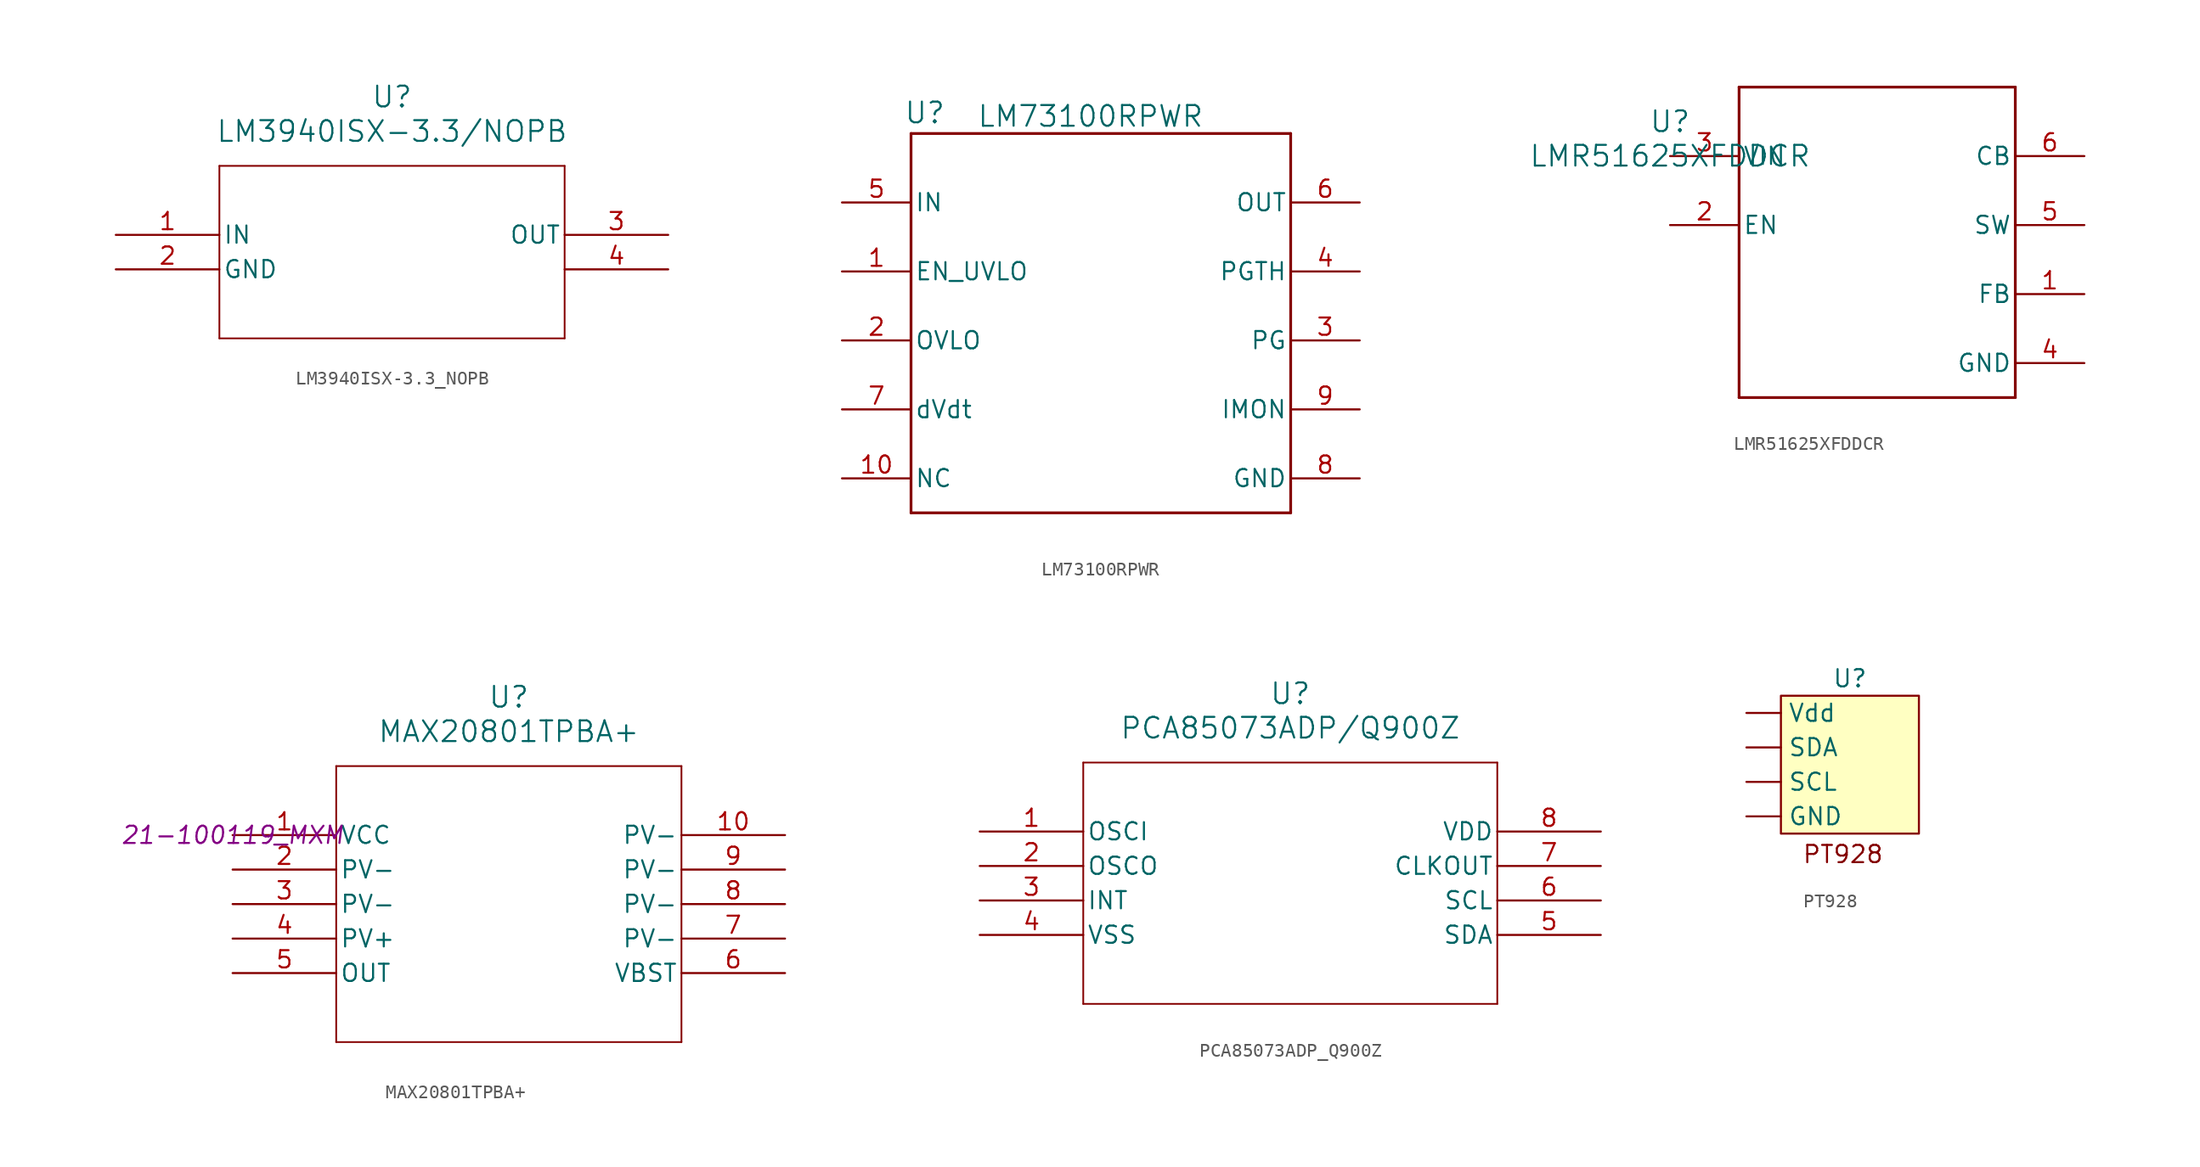
<source format=kicad_sym>
(kicad_symbol_lib
  (version 20231120)
  (generator "kicad_symbol_editor")
  (generator_version "8.0")
  (symbol "LM3940ISX-3.3_NOPB"
    (pin_names
      (offset 0.254))
    (property "Reference" "U"
      (at 20.32 10.16 0)
      (effects (font (size 1.524 1.524))))
    (property "Value" "LM3940ISX-3.3/NOPB"
      (at 20.32 7.62 0)
      (effects (font (size 1.524 1.524))))
    (property "ki_locked" ""
      (at 0 0 0)
      (effects (font (size 1.27 1.27))))
    (symbol "LM3940ISX-3.3_NOPB_0_1"
      (polyline (pts (xy 7.62 -7.62) (xy 33.02 -7.62)) (stroke (width 0.127) (type default)) (fill (type none)))
      (polyline (pts (xy 7.62 5.08) (xy 7.62 -7.62)) (stroke (width 0.127) (type default)) (fill (type none)))
      (polyline (pts (xy 33.02 -7.62) (xy 33.02 5.08)) (stroke (width 0.127) (type default)) (fill (type none)))
      (polyline (pts (xy 33.02 5.08) (xy 7.62 5.08)) (stroke (width 0.127) (type default)) (fill (type none)))
      (pin input line (at 0 0 0) (length 7.62) (name "IN" (effects (font (size 1.27 1.27)))) (number "1" (effects (font (size 1.27 1.27)))))
      (pin passive line (at 0 -2.54 0) (length 7.62) (name "GND" (effects (font (size 1.27 1.27)))) (number "2" (effects (font (size 1.27 1.27)))))
      (pin output line (at 40.64 0 180) (length 7.62) (name "OUT" (effects (font (size 1.27 1.27)))) (number "3" (effects (font (size 1.27 1.27)))))
      (pin unspecified line (at 40.64 -2.54 180) (length 7.62) (name "" (effects (font (size 1.27 1.27)))) (number "4" (effects (font (size 1.27 1.27)))))))
  (symbol "LM73100RPWR"
    (pin_names
      (offset 0.254))
    (property "Reference" "U"
      (at 6.096 6.604 0)
      (effects (font (size 1.524 1.524))))
    (property "Value" "LM73100RPWR"
      (at 18.288 6.35 0)
      (effects (font (size 1.524 1.524))))
    (property "ki_locked" ""
      (at 0 0 0)
      (effects (font (size 1.27 1.27))))
    (symbol "LM73100RPWR_0_1"
      (polyline (pts (xy 5.08 -22.86) (xy 33.02 -22.86)) (stroke (width 0.203) (type default)) (fill (type none)))
      (polyline (pts (xy 5.08 5.08) (xy 5.08 -22.86)) (stroke (width 0.203) (type default)) (fill (type none)))
      (polyline (pts (xy 33.02 -22.86) (xy 33.02 5.08)) (stroke (width 0.203) (type default)) (fill (type none)))
      (polyline (pts (xy 33.02 5.08) (xy 5.08 5.08)) (stroke (width 0.203) (type default)) (fill (type none)))
      (pin input line (at 0 -5.08 0) (length 5.08) (name "EN_UVLO" (effects (font (size 1.27 1.27)))) (number "1" (effects (font (size 1.27 1.27)))))
      (pin unspecified line (at 0 -20.32 0) (length 5.08) (name "NC" (effects (font (size 1.27 1.27)))) (number "10" (effects (font (size 1.27 1.27)))))
      (pin input line (at 0 -10.16 0) (length 5.08) (name "OVLO" (effects (font (size 1.27 1.27)))) (number "2" (effects (font (size 1.27 1.27)))))
      (pin output line (at 38.1 -10.16 180) (length 5.08) (name "PG" (effects (font (size 1.27 1.27)))) (number "3" (effects (font (size 1.27 1.27)))))
      (pin input line (at 38.1 -5.08 180) (length 5.08) (name "PGTH" (effects (font (size 1.27 1.27)))) (number "4" (effects (font (size 1.27 1.27)))))
      (pin power_in line (at 0 0 0) (length 5.08) (name "IN" (effects (font (size 1.27 1.27)))) (number "5" (effects (font (size 1.27 1.27)))))
      (pin power_in line (at 38.1 0 180) (length 5.08) (name "OUT" (effects (font (size 1.27 1.27)))) (number "6" (effects (font (size 1.27 1.27)))))
      (pin output line (at 0 -15.24 0) (length 5.08) (name "dVdt" (effects (font (size 1.27 1.27)))) (number "7" (effects (font (size 1.27 1.27)))))
      (pin power_in line (at 38.1 -20.32 180) (length 5.08) (name "GND" (effects (font (size 1.27 1.27)))) (number "8" (effects (font (size 1.27 1.27)))))
      (pin output line (at 38.1 -15.24 180) (length 5.08) (name "IMON" (effects (font (size 1.27 1.27)))) (number "9" (effects (font (size 1.27 1.27)))))))
  (symbol "LMR51625XFDDCR"
    (pin_names
      (offset 0.254))
    (property "Reference" "U"
      (at 0 2.54 0)
      (effects (font (size 1.524 1.524))))
    (property "Value" "LMR51625XFDDCR"
      (at 0 0 0)
      (effects (font (size 1.524 1.524))))
    (symbol "LMR51625XFDDCR_0_1"
      (polyline (pts (xy 5.08 -17.78) (xy 25.4 -17.78)) (stroke (width 0.203) (type default)) (fill (type none)))
      (polyline (pts (xy 5.08 5.08) (xy 5.08 -17.78)) (stroke (width 0.203) (type default)) (fill (type none)))
      (polyline (pts (xy 25.4 -17.78) (xy 25.4 5.08)) (stroke (width 0.203) (type default)) (fill (type none)))
      (polyline (pts (xy 25.4 5.08) (xy 5.08 5.08)) (stroke (width 0.203) (type default)) (fill (type none)))
      (pin unspecified line (at 30.48 -10.16 180) (length 5.08) (name "FB" (effects (font (size 1.27 1.27)))) (number "1" (effects (font (size 1.27 1.27)))))
      (pin input line (at 0 -5.08 0) (length 5.08) (name "EN" (effects (font (size 1.27 1.27)))) (number "2" (effects (font (size 1.27 1.27)))))
      (pin power_in line (at 0 0 0) (length 5.08) (name "VIN" (effects (font (size 1.27 1.27)))) (number "3" (effects (font (size 1.27 1.27)))))
      (pin power_in line (at 30.48 -15.24 180) (length 5.08) (name "GND" (effects (font (size 1.27 1.27)))) (number "4" (effects (font (size 1.27 1.27)))))
      (pin unspecified line (at 30.48 -5.08 180) (length 5.08) (name "SW" (effects (font (size 1.27 1.27)))) (number "5" (effects (font (size 1.27 1.27)))))
      (pin unspecified line (at 30.48 0 180) (length 5.08) (name "CB" (effects (font (size 1.27 1.27)))) (number "6" (effects (font (size 1.27 1.27)))))))
  (symbol "MAX20801TPBA+"
    (pin_names
      (offset 0.254))
    (property "Reference" "U"
      (at 20.32 10.16 0)
      (effects (font (size 1.524 1.524))))
    (property "Value" "MAX20801TPBA+"
      (at 20.32 7.62 0)
      (effects (font (size 1.524 1.524))))
    (property "Footprint" "21-100119_MXM"
      (at 0 0 0)
      (effects (font (size 1.27 1.27) (italic yes))))
    (symbol "MAX20801TPBA+_1_1"
      (polyline (pts (xy 7.62 -15.24) (xy 33.02 -15.24)) (stroke (width 0.127) (type default)) (fill (type none)))
      (polyline (pts (xy 7.62 5.08) (xy 7.62 -15.24)) (stroke (width 0.127) (type default)) (fill (type none)))
      (polyline (pts (xy 33.02 -15.24) (xy 33.02 5.08)) (stroke (width 0.127) (type default)) (fill (type none)))
      (polyline (pts (xy 33.02 5.08) (xy 7.62 5.08)) (stroke (width 0.127) (type default)) (fill (type none)))
      (pin power_in line (at 0 0 0) (length 7.62) (name "VCC" (effects (font (size 1.27 1.27)))) (number "1" (effects (font (size 1.27 1.27)))))
      (pin input line (at 40.64 0 180) (length 7.62) (name "PV-" (effects (font (size 1.27 1.27)))) (number "10" (effects (font (size 1.27 1.27)))))
      (pin input line (at 0 -2.54 0) (length 7.62) (name "PV-" (effects (font (size 1.27 1.27)))) (number "2" (effects (font (size 1.27 1.27)))))
      (pin input line (at 0 -5.08 0) (length 7.62) (name "PV-" (effects (font (size 1.27 1.27)))) (number "3" (effects (font (size 1.27 1.27)))))
      (pin input line (at 0 -7.62 0) (length 7.62) (name "PV+" (effects (font (size 1.27 1.27)))) (number "4" (effects (font (size 1.27 1.27)))))
      (pin output line (at 0 -10.16 0) (length 7.62) (name "OUT" (effects (font (size 1.27 1.27)))) (number "5" (effects (font (size 1.27 1.27)))))
      (pin power_in line (at 40.64 -10.16 180) (length 7.62) (name "VBST" (effects (font (size 1.27 1.27)))) (number "6" (effects (font (size 1.27 1.27)))))
      (pin input line (at 40.64 -7.62 180) (length 7.62) (name "PV-" (effects (font (size 1.27 1.27)))) (number "7" (effects (font (size 1.27 1.27)))))
      (pin input line (at 40.64 -5.08 180) (length 7.62) (name "PV-" (effects (font (size 1.27 1.27)))) (number "8" (effects (font (size 1.27 1.27)))))
      (pin input line (at 40.64 -2.54 180) (length 7.62) (name "PV-" (effects (font (size 1.27 1.27)))) (number "9" (effects (font (size 1.27 1.27)))))))
  (symbol "PCA85073ADP_Q900Z"
    (pin_names
      (offset 0.254))
    (property "Reference" "U"
      (at 22.86 10.16 0)
      (effects (font (size 1.524 1.524))))
    (property "Value" "PCA85073ADP/Q900Z"
      (at 22.86 7.62 0)
      (effects (font (size 1.524 1.524))))
    (property "ki_locked" ""
      (at 0 0 0)
      (effects (font (size 1.27 1.27))))
    (symbol "PCA85073ADP_Q900Z_0_1"
      (polyline (pts (xy 7.62 -12.7) (xy 38.1 -12.7)) (stroke (width 0.127) (type default)) (fill (type none)))
      (polyline (pts (xy 7.62 5.08) (xy 7.62 -12.7)) (stroke (width 0.127) (type default)) (fill (type none)))
      (polyline (pts (xy 38.1 -12.7) (xy 38.1 5.08)) (stroke (width 0.127) (type default)) (fill (type none)))
      (polyline (pts (xy 38.1 5.08) (xy 7.62 5.08)) (stroke (width 0.127) (type default)) (fill (type none)))
      (pin unspecified line (at 0 0 0) (length 7.62) (name "OSCI" (effects (font (size 1.27 1.27)))) (number "1" (effects (font (size 1.27 1.27)))))
      (pin unspecified line (at 0 -2.54 0) (length 7.62) (name "OSCO" (effects (font (size 1.27 1.27)))) (number "2" (effects (font (size 1.27 1.27)))))
      (pin input line (at 0 -5.08 0) (length 7.62) (name "INT" (effects (font (size 1.27 1.27)))) (number "3" (effects (font (size 1.27 1.27)))))
      (pin power_out line (at 0 -7.62 0) (length 7.62) (name "VSS" (effects (font (size 1.27 1.27)))) (number "4" (effects (font (size 1.27 1.27)))))
      (pin unspecified line (at 45.72 -7.62 180) (length 7.62) (name "SDA" (effects (font (size 1.27 1.27)))) (number "5" (effects (font (size 1.27 1.27)))))
      (pin unspecified line (at 45.72 -5.08 180) (length 7.62) (name "SCL" (effects (font (size 1.27 1.27)))) (number "6" (effects (font (size 1.27 1.27)))))
      (pin output line (at 45.72 -2.54 180) (length 7.62) (name "CLKOUT" (effects (font (size 1.27 1.27)))) (number "7" (effects (font (size 1.27 1.27)))))
      (pin power_in line (at 45.72 0 180) (length 7.62) (name "VDD" (effects (font (size 1.27 1.27)))) (number "8" (effects (font (size 1.27 1.27)))))))
  (symbol "PT928"
    (property "Reference" "U"
      (at 0 3.81 0)
      (effects (font (size 1.27 1.27))))
    (property "Value" ""
      (at 0 0 0)
      (effects (font (size 1.27 1.27))))
    (symbol "PT928_1_1"
      (rectangle (start -5.08 2.54) (end 5.08 -7.62) (stroke (width 0) (type default)) (fill (type background)))
      (text "PT928" (at -0.508 -9.144 0) (effects (font (size 1.27 1.27))))
      (pin input line (at -7.62 -6.35 0) (length 2.54) (name "GND" (effects (font (size 1.27 1.27)))) (number "" (effects (font (size 1.27 1.27)))))
      (pin input line (at -7.62 -3.81 0) (length 2.54) (name "SCL" (effects (font (size 1.27 1.27)))) (number "" (effects (font (size 1.27 1.27)))))
      (pin input line (at -7.62 -1.27 0) (length 2.54) (name "SDA" (effects (font (size 1.27 1.27)))) (number "" (effects (font (size 1.27 1.27)))))
      (pin input line (at -7.62 1.27 0) (length 2.54) (name "Vdd" (effects (font (size 1.27 1.27)))) (number "" (effects (font (size 1.27 1.27))))))))
</source>
